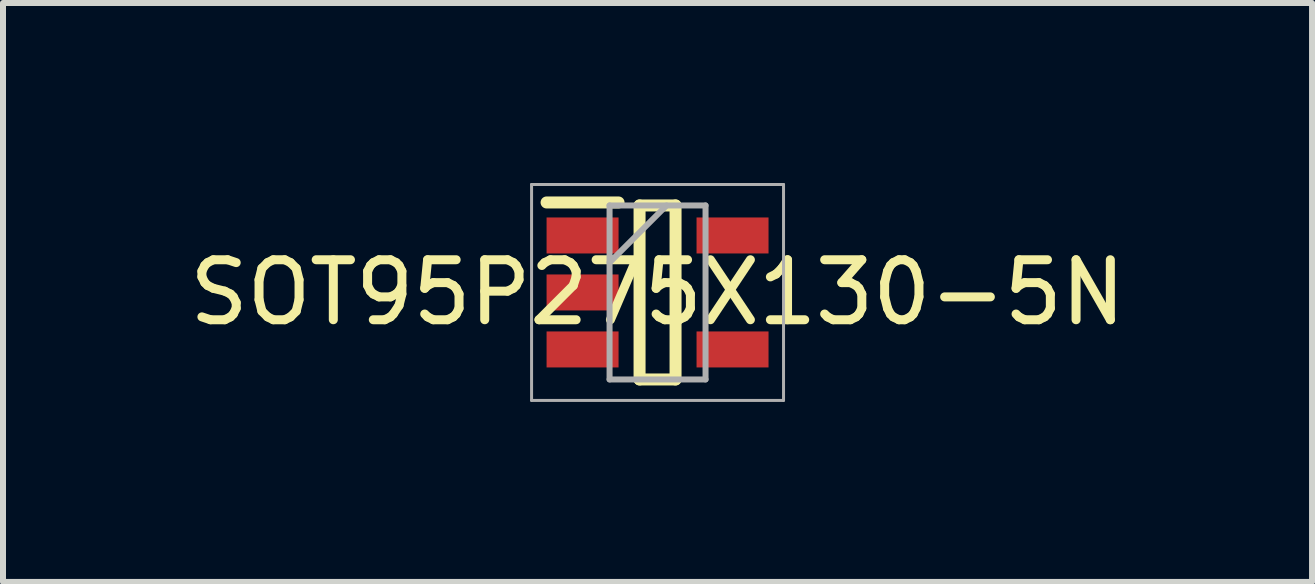
<source format=kicad_pcb>
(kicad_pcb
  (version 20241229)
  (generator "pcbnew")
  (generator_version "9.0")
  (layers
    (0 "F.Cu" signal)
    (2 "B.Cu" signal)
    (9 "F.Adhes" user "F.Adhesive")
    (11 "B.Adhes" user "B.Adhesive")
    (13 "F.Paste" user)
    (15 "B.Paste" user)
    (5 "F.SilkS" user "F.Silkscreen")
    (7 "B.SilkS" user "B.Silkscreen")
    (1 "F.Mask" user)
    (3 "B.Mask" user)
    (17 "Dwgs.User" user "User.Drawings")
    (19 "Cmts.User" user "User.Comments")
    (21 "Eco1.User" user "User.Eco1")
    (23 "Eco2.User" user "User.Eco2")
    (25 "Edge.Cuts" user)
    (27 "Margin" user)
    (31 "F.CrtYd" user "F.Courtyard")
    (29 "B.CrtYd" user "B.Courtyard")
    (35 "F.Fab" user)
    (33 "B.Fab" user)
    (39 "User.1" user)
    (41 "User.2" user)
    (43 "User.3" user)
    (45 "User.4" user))
  (footprint "SOT95P275X130-5N"
    (layer "F.Cu")
    (at 7.911 1.825)
    (property "Reference" "SOT95P275X130-5N" (at 0 0 0) (layer "F.SilkS") (effects (font (size 1 1) (thickness 0.15))))
    (attr through_hole)
    (fp_line (start -1.85 -1.5) (end -0.65 -1.5) (stroke (width 0.2) (type solid)) (layer "F.SilkS"))
    (fp_line (start -0.3 -1.45) (end 0.3 -1.45) (stroke (width 0.2) (type solid)) (layer "F.SilkS"))
    (fp_line (start -0.3 1.45) (end -0.3 -1.45) (stroke (width 0.2) (type solid)) (layer "F.SilkS"))
    (fp_line (start 0.3 -1.45) (end 0.3 1.45) (stroke (width 0.2) (type solid)) (layer "F.SilkS"))
    (fp_line (start 0.3 1.45) (end -0.3 1.45) (stroke (width 0.2) (type solid)) (layer "F.SilkS"))
    (fp_line (start -2.1 -1.8) (end 2.1 -1.8) (stroke (width 0.05) (type solid)) (layer "F.Fab"))
    (fp_line (start -2.1 1.8) (end -2.1 -1.8) (stroke (width 0.05) (type solid)) (layer "F.Fab"))
    (fp_line (start -0.8 -1.45) (end 0.8 -1.45) (stroke (width 0.1) (type solid)) (layer "F.Fab"))
    (fp_line (start -0.8 -0.5) (end 0.15 -1.45) (stroke (width 0.1) (type solid)) (layer "F.Fab"))
    (fp_line (start -0.8 1.45) (end -0.8 -1.45) (stroke (width 0.1) (type solid)) (layer "F.Fab"))
    (fp_line (start 0.8 -1.45) (end 0.8 1.45) (stroke (width 0.1) (type solid)) (layer "F.Fab"))
    (fp_line (start 0.8 1.45) (end -0.8 1.45) (stroke (width 0.1) (type solid)) (layer "F.Fab"))
    (fp_line (start 2.1 -1.8) (end 2.1 1.8) (stroke (width 0.05) (type solid)) (layer "F.Fab"))
    (fp_line (start 2.1 1.8) (end -2.1 1.8) (stroke (width 0.05) (type solid)) (layer "F.Fab"))
    (pad "1" smd rect (at -1.25 -0.95) (size 1.2 0.6) (layers "F.Cu" "F.Mask" "F.Paste"))
    (pad "2" smd rect (at -1.25 0) (size 1.2 0.6) (layers "F.Cu" "F.Mask" "F.Paste"))
    (pad "3" smd rect (at -1.25 0.95) (size 1.2 0.6) (layers "F.Cu" "F.Mask" "F.Paste"))
    (pad "4" smd rect (at 1.25 0.95) (size 1.2 0.6) (layers "F.Cu" "F.Mask" "F.Paste"))
    (pad "5" smd rect (at 1.25 -0.95) (size 1.2 0.6) (layers "F.Cu" "F.Mask" "F.Paste")))
  (gr_rect
    (start -3 -3)
    (end 18.821 6.65)
    (stroke (width 0.1) (type default))
    (fill no)
    (layer "Edge.Cuts")))
</source>
